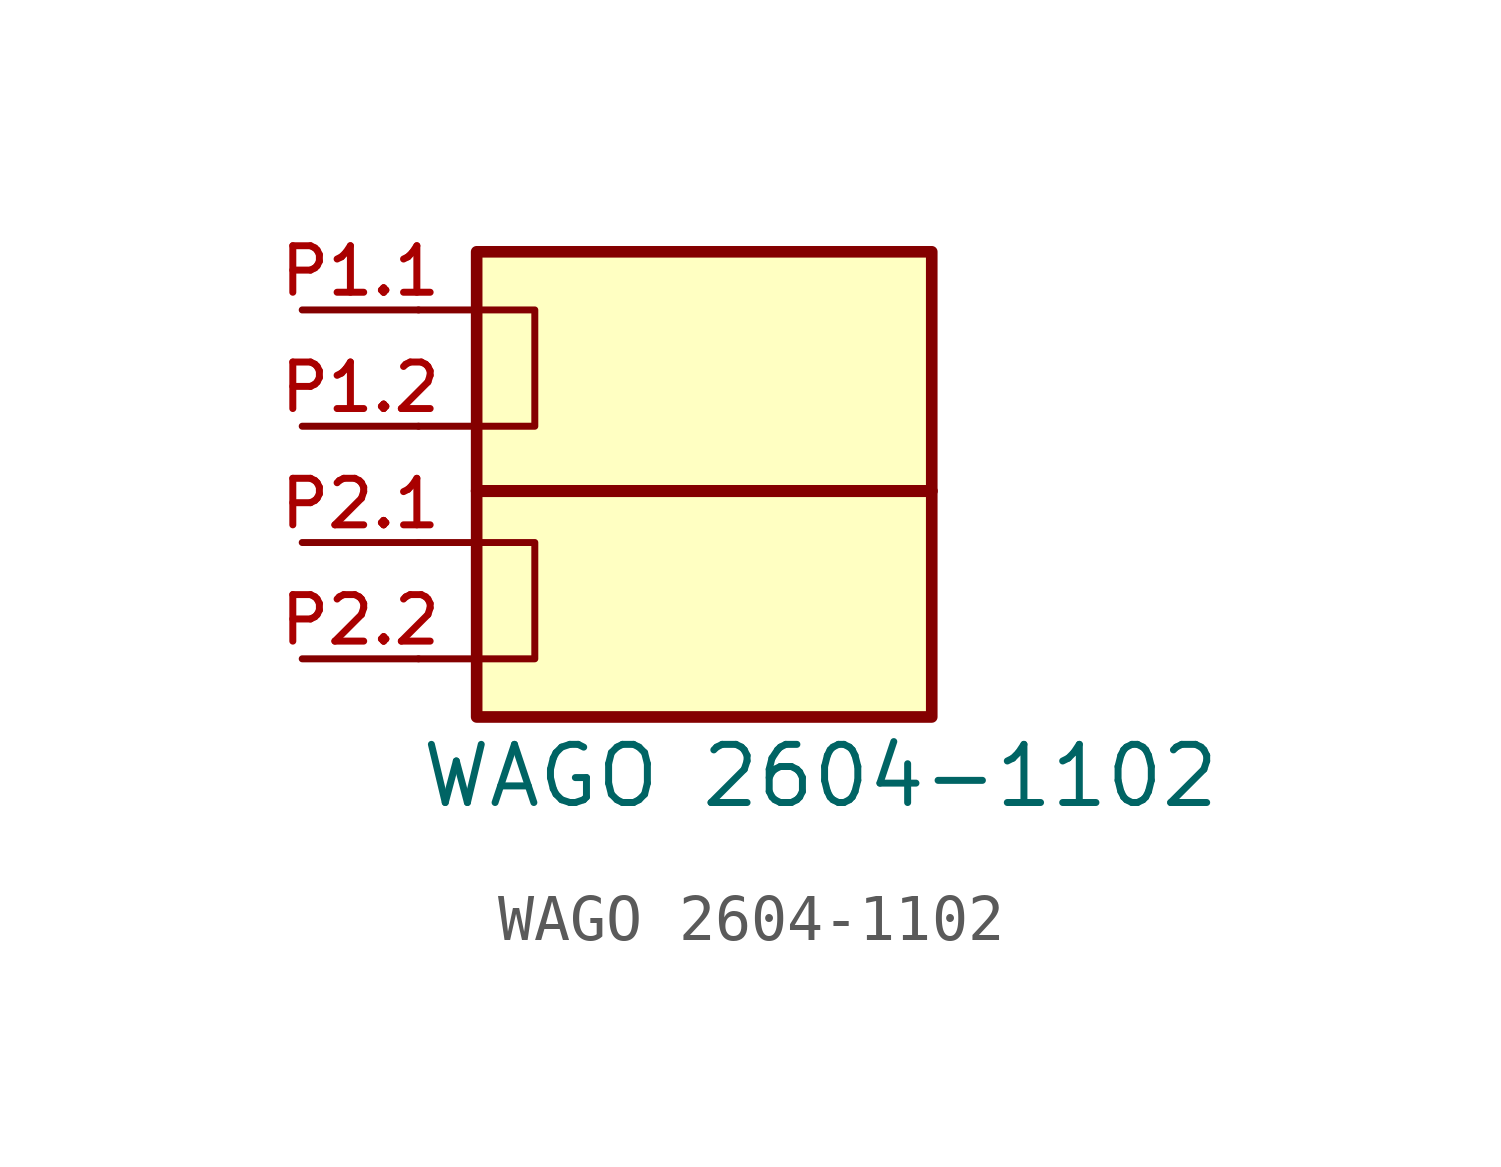
<source format=kicad_sym>
(kicad_symbol_lib
  (version 20241209)
  (generator "kicad_symbol_editor")
  (generator_version "9.0")
  (symbol "WAGO 2604-1102"
    (pin_names
      (offset 1.016))
    (property "Reference" "X"
      (at 0.254 4.826 0)
      (effects (font (size 1.27 1.27)) (justify left bottom) (hide yes)))
    (property "Value" "WAGO 2604-1102"
      (at -1.27 -12.192 0)
      (effects (font (size 1.27 1.27)) (justify left bottom)))
    (symbol "WAGO 2604-1102_0_0"
      (rectangle (start 0 0) (end 9.94 -10.16) (stroke (width 0.254) (type default)) (fill (type background)))
      (polyline (pts (xy 0 -5.22) (xy 9.94 -5.22)) (stroke (width 0.254) (type default)) (fill (type none)))
      (polyline (pts (xy 9.94 -5.23) (xy 0 -5.23)) (stroke (width 0.254) (type default)) (fill (type none))))
    (symbol "WAGO 2604-1102_0_1"
      (polyline (pts (xy -1.27 -1.27) (xy 0 -1.27)) (stroke (width 0) (type default)) (fill (type none)))
      (polyline (pts (xy -1.27 -3.81) (xy 0 -3.81)) (stroke (width 0) (type default)) (fill (type none)))
      (polyline (pts (xy -1.27 -6.35) (xy 0 -6.35)) (stroke (width 0) (type default)) (fill (type none)))
      (polyline (pts (xy -1.27 -8.89) (xy 0 -8.89)) (stroke (width 0) (type default)) (fill (type none)))
      (polyline (pts (xy 0 -3.81) (xy 1.27 -3.81) (xy 1.27 -1.27) (xy 0 -1.27)) (stroke (width 0) (type default)) (fill (type none)))
      (polyline (pts (xy 0 -8.89) (xy 1.27 -8.89) (xy 1.27 -6.35) (xy 0 -6.35)) (stroke (width 0) (type default)) (fill (type none))))
    (symbol "WAGO 2604-1102_1_0"
      (pin passive line (at -3.81 -1.27 0) (length 2.54) (name "" (effects (font (size 1.016 1.016)))) (number "P1.1" (effects (font (size 1.016 1.016)))))
      (pin passive line (at -3.81 -3.81 0) (length 2.54) (name "" (effects (font (size 1.016 1.016)))) (number "P1.2" (effects (font (size 1.016 1.016)))))
      (pin passive line (at -3.81 -6.35 0) (length 2.54) (name "" (effects (font (size 1.016 1.016)))) (number "P2.1" (effects (font (size 1.016 1.016)))))
      (pin passive line (at -3.81 -8.89 0) (length 2.54) (name "" (effects (font (size 1.016 1.016)))) (number "P2.2" (effects (font (size 1.016 1.016))))))))
</source>
